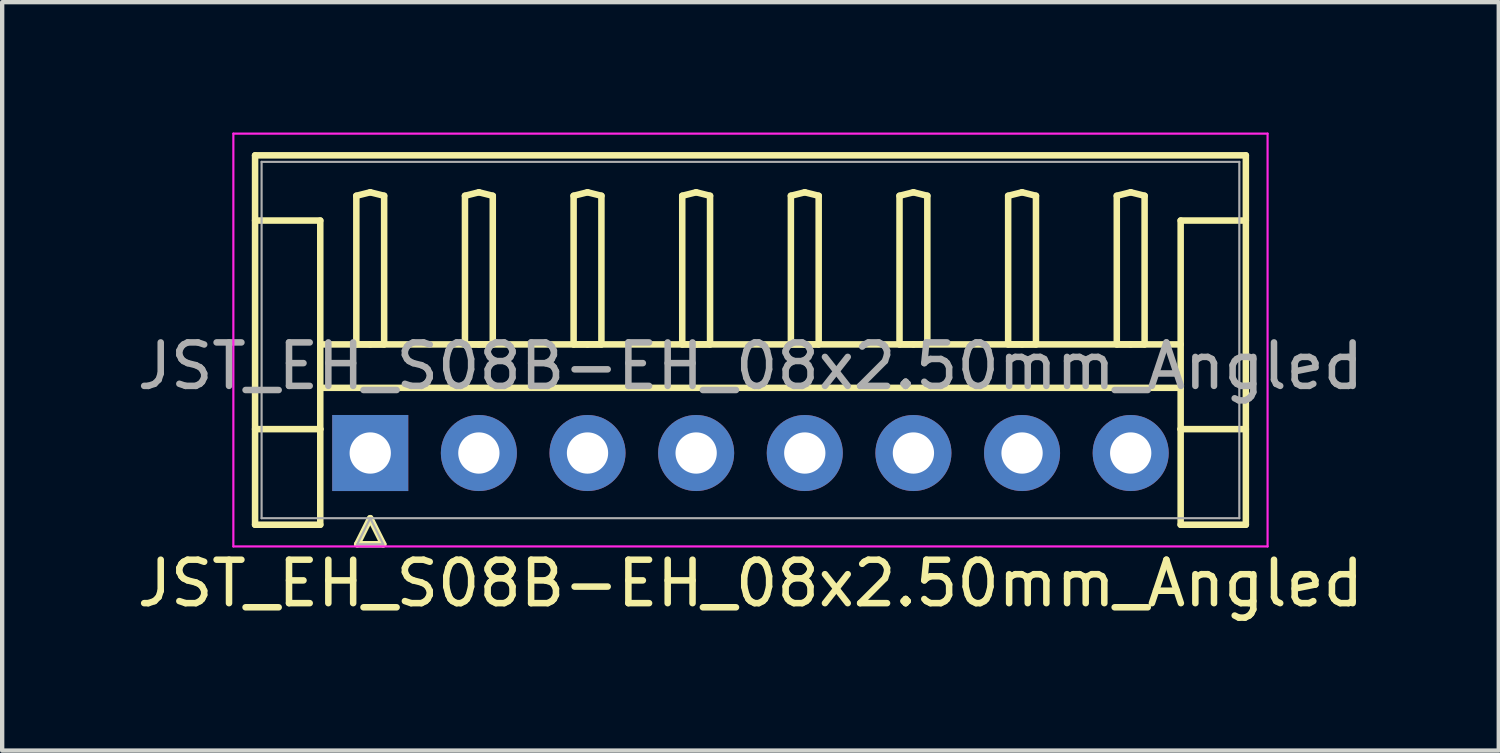
<source format=kicad_pcb>
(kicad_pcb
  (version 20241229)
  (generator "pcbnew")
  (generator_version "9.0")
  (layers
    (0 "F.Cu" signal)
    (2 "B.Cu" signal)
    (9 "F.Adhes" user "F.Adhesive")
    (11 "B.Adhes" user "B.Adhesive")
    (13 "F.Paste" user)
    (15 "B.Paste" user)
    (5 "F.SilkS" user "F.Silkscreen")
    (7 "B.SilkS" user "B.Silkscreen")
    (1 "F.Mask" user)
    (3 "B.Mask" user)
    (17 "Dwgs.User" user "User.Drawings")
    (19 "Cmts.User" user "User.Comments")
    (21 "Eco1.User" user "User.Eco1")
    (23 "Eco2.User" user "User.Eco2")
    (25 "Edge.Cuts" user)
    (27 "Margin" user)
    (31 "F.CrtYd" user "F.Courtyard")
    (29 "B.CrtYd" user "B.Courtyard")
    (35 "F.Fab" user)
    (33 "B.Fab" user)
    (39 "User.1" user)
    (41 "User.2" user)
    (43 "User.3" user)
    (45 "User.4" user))
  (footprint "JST_EH_S08B-EH_08x2.50mm_Angled"
    (layer "F.Cu")
    (at 5.47 7.375)
    (property "Reference" "JST_EH_S08B-EH_08x2.50mm_Angled" (at 8.75 -2 0) (layer "F.Fab") (effects (font (size 1 1) (thickness 0.15))))
    (attr through_hole)
    (fp_line (start -2.65 -6.85) (end 20.15 -6.85) (stroke (width 0.15) (type solid)) (layer "F.SilkS"))
    (fp_line (start -2.65 -5.35) (end -1.15 -5.35) (stroke (width 0.15) (type solid)) (layer "F.SilkS"))
    (fp_line (start -2.65 1.65) (end -2.65 -6.85) (stroke (width 0.15) (type solid)) (layer "F.SilkS"))
    (fp_line (start -1.15 -5.35) (end -1.15 -0.55) (stroke (width 0.15) (type solid)) (layer "F.SilkS"))
    (fp_line (start -1.15 -2.5) (end 18.65 -2.5) (stroke (width 0.15) (type solid)) (layer "F.SilkS"))
    (fp_line (start -1.15 -1.5) (end 18.65 -1.5) (stroke (width 0.15) (type solid)) (layer "F.SilkS"))
    (fp_line (start -1.15 -0.55) (end -2.65 -0.55) (stroke (width 0.15) (type solid)) (layer "F.SilkS"))
    (fp_line (start -1.15 -0.55) (end -1.15 1.65) (stroke (width 0.15) (type solid)) (layer "F.SilkS"))
    (fp_line (start -1.15 1.65) (end -2.65 1.65) (stroke (width 0.15) (type solid)) (layer "F.SilkS"))
    (fp_line (start -0.32 -5.92) (end 0 -6) (stroke (width 0.15) (type solid)) (layer "F.SilkS"))
    (fp_line (start -0.32 -2.5) (end -0.32 -5.92) (stroke (width 0.15) (type solid)) (layer "F.SilkS"))
    (fp_line (start -0.3 2.1) (end 0.3 2.1) (stroke (width 0.15) (type solid)) (layer "F.SilkS"))
    (fp_line (start 0 -6) (end 0.32 -5.92) (stroke (width 0.15) (type solid)) (layer "F.SilkS"))
    (fp_line (start 0 -2.5) (end -0.32 -2.5) (stroke (width 0.15) (type solid)) (layer "F.SilkS"))
    (fp_line (start 0 1.5) (end -0.3 2.1) (stroke (width 0.15) (type solid)) (layer "F.SilkS"))
    (fp_line (start 0.3 2.1) (end 0 1.5) (stroke (width 0.15) (type solid)) (layer "F.SilkS"))
    (fp_line (start 0.32 -5.92) (end 0.32 -2.5) (stroke (width 0.15) (type solid)) (layer "F.SilkS"))
    (fp_line (start 0.32 -2.5) (end 0 -2.5) (stroke (width 0.15) (type solid)) (layer "F.SilkS"))
    (fp_line (start 2.18 -5.92) (end 2.5 -6) (stroke (width 0.15) (type solid)) (layer "F.SilkS"))
    (fp_line (start 2.18 -2.5) (end 2.18 -5.92) (stroke (width 0.15) (type solid)) (layer "F.SilkS"))
    (fp_line (start 2.5 -6) (end 2.82 -5.92) (stroke (width 0.15) (type solid)) (layer "F.SilkS"))
    (fp_line (start 2.5 -2.5) (end 2.18 -2.5) (stroke (width 0.15) (type solid)) (layer "F.SilkS"))
    (fp_line (start 2.82 -5.92) (end 2.82 -2.5) (stroke (width 0.15) (type solid)) (layer "F.SilkS"))
    (fp_line (start 2.82 -2.5) (end 2.5 -2.5) (stroke (width 0.15) (type solid)) (layer "F.SilkS"))
    (fp_line (start 4.68 -5.92) (end 5 -6) (stroke (width 0.15) (type solid)) (layer "F.SilkS"))
    (fp_line (start 4.68 -2.5) (end 4.68 -5.92) (stroke (width 0.15) (type solid)) (layer "F.SilkS"))
    (fp_line (start 5 -6) (end 5.32 -5.92) (stroke (width 0.15) (type solid)) (layer "F.SilkS"))
    (fp_line (start 5 -2.5) (end 4.68 -2.5) (stroke (width 0.15) (type solid)) (layer "F.SilkS"))
    (fp_line (start 5.32 -5.92) (end 5.32 -2.5) (stroke (width 0.15) (type solid)) (layer "F.SilkS"))
    (fp_line (start 5.32 -2.5) (end 5 -2.5) (stroke (width 0.15) (type solid)) (layer "F.SilkS"))
    (fp_line (start 7.18 -5.92) (end 7.5 -6) (stroke (width 0.15) (type solid)) (layer "F.SilkS"))
    (fp_line (start 7.18 -2.5) (end 7.18 -5.92) (stroke (width 0.15) (type solid)) (layer "F.SilkS"))
    (fp_line (start 7.5 -6) (end 7.82 -5.92) (stroke (width 0.15) (type solid)) (layer "F.SilkS"))
    (fp_line (start 7.5 -2.5) (end 7.18 -2.5) (stroke (width 0.15) (type solid)) (layer "F.SilkS"))
    (fp_line (start 7.82 -5.92) (end 7.82 -2.5) (stroke (width 0.15) (type solid)) (layer "F.SilkS"))
    (fp_line (start 7.82 -2.5) (end 7.5 -2.5) (stroke (width 0.15) (type solid)) (layer "F.SilkS"))
    (fp_line (start 9.68 -5.92) (end 10 -6) (stroke (width 0.15) (type solid)) (layer "F.SilkS"))
    (fp_line (start 9.68 -2.5) (end 9.68 -5.92) (stroke (width 0.15) (type solid)) (layer "F.SilkS"))
    (fp_line (start 10 -6) (end 10.32 -5.92) (stroke (width 0.15) (type solid)) (layer "F.SilkS"))
    (fp_line (start 10 -2.5) (end 9.68 -2.5) (stroke (width 0.15) (type solid)) (layer "F.SilkS"))
    (fp_line (start 10.32 -5.92) (end 10.32 -2.5) (stroke (width 0.15) (type solid)) (layer "F.SilkS"))
    (fp_line (start 10.32 -2.5) (end 10 -2.5) (stroke (width 0.15) (type solid)) (layer "F.SilkS"))
    (fp_line (start 12.18 -5.92) (end 12.5 -6) (stroke (width 0.15) (type solid)) (layer "F.SilkS"))
    (fp_line (start 12.18 -2.5) (end 12.18 -5.92) (stroke (width 0.15) (type solid)) (layer "F.SilkS"))
    (fp_line (start 12.5 -6) (end 12.82 -5.92) (stroke (width 0.15) (type solid)) (layer "F.SilkS"))
    (fp_line (start 12.5 -2.5) (end 12.18 -2.5) (stroke (width 0.15) (type solid)) (layer "F.SilkS"))
    (fp_line (start 12.82 -5.92) (end 12.82 -2.5) (stroke (width 0.15) (type solid)) (layer "F.SilkS"))
    (fp_line (start 12.82 -2.5) (end 12.5 -2.5) (stroke (width 0.15) (type solid)) (layer "F.SilkS"))
    (fp_line (start 14.68 -5.92) (end 15 -6) (stroke (width 0.15) (type solid)) (layer "F.SilkS"))
    (fp_line (start 14.68 -2.5) (end 14.68 -5.92) (stroke (width 0.15) (type solid)) (layer "F.SilkS"))
    (fp_line (start 15 -6) (end 15.32 -5.92) (stroke (width 0.15) (type solid)) (layer "F.SilkS"))
    (fp_line (start 15 -2.5) (end 14.68 -2.5) (stroke (width 0.15) (type solid)) (layer "F.SilkS"))
    (fp_line (start 15.32 -5.92) (end 15.32 -2.5) (stroke (width 0.15) (type solid)) (layer "F.SilkS"))
    (fp_line (start 15.32 -2.5) (end 15 -2.5) (stroke (width 0.15) (type solid)) (layer "F.SilkS"))
    (fp_line (start 17.18 -5.92) (end 17.5 -6) (stroke (width 0.15) (type solid)) (layer "F.SilkS"))
    (fp_line (start 17.18 -2.5) (end 17.18 -5.92) (stroke (width 0.15) (type solid)) (layer "F.SilkS"))
    (fp_line (start 17.5 -6) (end 17.82 -5.92) (stroke (width 0.15) (type solid)) (layer "F.SilkS"))
    (fp_line (start 17.5 -2.5) (end 17.18 -2.5) (stroke (width 0.15) (type solid)) (layer "F.SilkS"))
    (fp_line (start 17.82 -5.92) (end 17.82 -2.5) (stroke (width 0.15) (type solid)) (layer "F.SilkS"))
    (fp_line (start 17.82 -2.5) (end 17.5 -2.5) (stroke (width 0.15) (type solid)) (layer "F.SilkS"))
    (fp_line (start 18.65 -5.35) (end 18.65 -0.55) (stroke (width 0.15) (type solid)) (layer "F.SilkS"))
    (fp_line (start 18.65 -0.55) (end 20.15 -0.55) (stroke (width 0.15) (type solid)) (layer "F.SilkS"))
    (fp_line (start 18.65 1.65) (end 18.65 -0.55) (stroke (width 0.15) (type solid)) (layer "F.SilkS"))
    (fp_line (start 20.15 -6.85) (end 20.15 1.65) (stroke (width 0.15) (type solid)) (layer "F.SilkS"))
    (fp_line (start 20.15 -5.35) (end 18.65 -5.35) (stroke (width 0.15) (type solid)) (layer "F.SilkS"))
    (fp_line (start 20.15 1.65) (end 18.65 1.65) (stroke (width 0.15) (type solid)) (layer "F.SilkS"))
    (fp_line (start -3.15 -7.35) (end -3.15 2.15) (stroke (width 0.05) (type solid)) (layer "F.CrtYd"))
    (fp_line (start -3.15 2.15) (end 20.65 2.15) (stroke (width 0.05) (type solid)) (layer "F.CrtYd"))
    (fp_line (start 20.65 -7.35) (end -3.15 -7.35) (stroke (width 0.05) (type solid)) (layer "F.CrtYd"))
    (fp_line (start 20.65 2.15) (end 20.65 -7.35) (stroke (width 0.05) (type solid)) (layer "F.CrtYd"))
    (fp_line (start -2.5 -6.7) (end -2.5 1.5) (stroke (width 0.05) (type solid)) (layer "F.Fab"))
    (fp_line (start -2.5 1.5) (end 20 1.5) (stroke (width 0.05) (type solid)) (layer "F.Fab"))
    (fp_line (start -0.3 2.1) (end 0.3 2.1) (stroke (width 0.05) (type solid)) (layer "F.Fab"))
    (fp_line (start 0 1.5) (end -0.3 2.1) (stroke (width 0.05) (type solid)) (layer "F.Fab"))
    (fp_line (start 0.3 2.1) (end 0 1.5) (stroke (width 0.05) (type solid)) (layer "F.Fab"))
    (fp_line (start 20 -6.7) (end -2.5 -6.7) (stroke (width 0.05) (type solid)) (layer "F.Fab"))
    (fp_line (start 20 1.5) (end 20 -6.7) (stroke (width 0.05) (type solid)) (layer "F.Fab"))
    (fp_text user "${REFERENCE}" (at 8.75 3 0) (layer "F.SilkS") (effects (font (size 1 1) (thickness 0.15))))
    (pad "1" thru_hole rect (at 0 0) (size 1.75 1.75) (drill 0.95) (layers "*.Cu" "*.Mask"))
    (pad "2" thru_hole circle (at 2.5 0) (size 1.75 1.75) (drill 0.95) (layers "*.Cu" "*.Mask"))
    (pad "3" thru_hole circle (at 5 0) (size 1.75 1.75) (drill 0.95) (layers "*.Cu" "*.Mask"))
    (pad "4" thru_hole circle (at 7.5 0) (size 1.75 1.75) (drill 0.95) (layers "*.Cu" "*.Mask"))
    (pad "5" thru_hole circle (at 10 0) (size 1.75 1.75) (drill 0.95) (layers "*.Cu" "*.Mask"))
    (pad "6" thru_hole circle (at 12.5 0) (size 1.75 1.75) (drill 0.95) (layers "*.Cu" "*.Mask"))
    (pad "7" thru_hole circle (at 15 0) (size 1.75 1.75) (drill 0.95) (layers "*.Cu" "*.Mask"))
    (pad "8" thru_hole circle (at 17.5 0) (size 1.75 1.75) (drill 0.95) (layers "*.Cu" "*.Mask")))
  (gr_rect
    (start -3 -3)
    (end 31.44 14.223)
    (stroke (width 0.1) (type default))
    (fill no)
    (layer "Edge.Cuts")))
</source>
